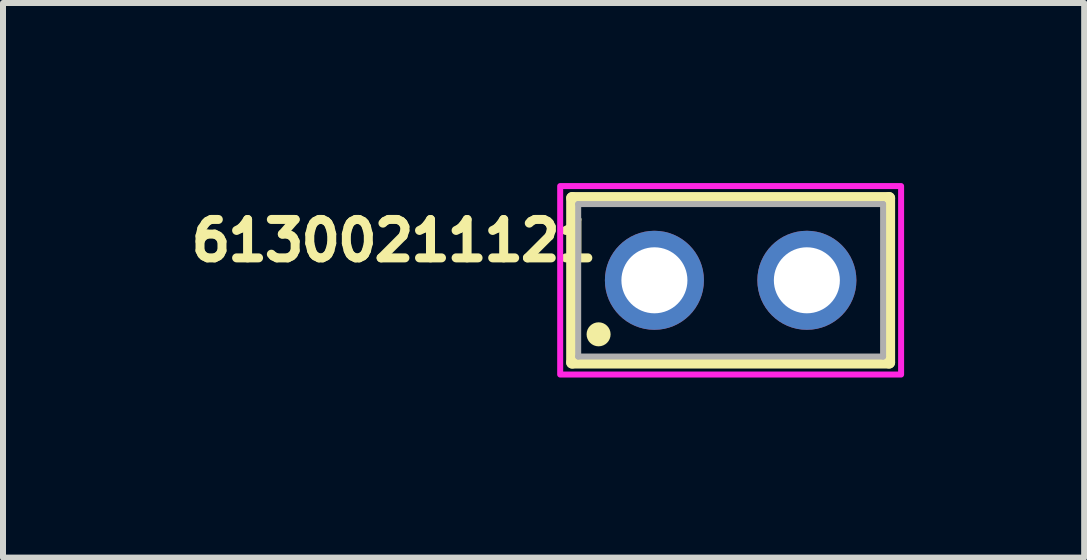
<source format=kicad_pcb>
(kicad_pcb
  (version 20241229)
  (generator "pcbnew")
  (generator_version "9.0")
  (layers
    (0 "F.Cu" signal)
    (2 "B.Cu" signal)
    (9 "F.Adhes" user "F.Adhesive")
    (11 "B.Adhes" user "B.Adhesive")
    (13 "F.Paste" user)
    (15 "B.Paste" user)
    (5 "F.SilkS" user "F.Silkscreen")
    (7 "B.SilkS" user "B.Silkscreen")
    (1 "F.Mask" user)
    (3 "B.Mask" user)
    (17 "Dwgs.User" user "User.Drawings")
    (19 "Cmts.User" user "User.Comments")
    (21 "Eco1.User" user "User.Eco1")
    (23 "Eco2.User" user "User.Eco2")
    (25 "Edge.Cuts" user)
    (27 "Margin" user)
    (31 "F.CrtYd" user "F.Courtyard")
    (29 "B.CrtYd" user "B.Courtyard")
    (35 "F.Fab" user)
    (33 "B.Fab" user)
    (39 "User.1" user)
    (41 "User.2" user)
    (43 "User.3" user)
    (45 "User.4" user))
  (footprint "61300211121"
    (layer "F.Cu")
    (at 9.123 1.62)
    (property "Reference" "61300211121" (at -5.61 -0.662 0) (layer "F.SilkS") (effects (font (size 0.64 0.64) (thickness 0.15))))
    (attr through_hole)
    (fp_line (start -2.64 -1.37) (end 2.64 -1.37) (stroke (width 0.2) (type solid)) (layer "F.SilkS"))
    (fp_line (start -2.64 1.37) (end -2.64 -1.37) (stroke (width 0.2) (type solid)) (layer "F.SilkS"))
    (fp_line (start 2.64 -1.37) (end 2.64 1.37) (stroke (width 0.2) (type solid)) (layer "F.SilkS"))
    (fp_line (start 2.64 1.37) (end -2.64 1.37) (stroke (width 0.2) (type solid)) (layer "F.SilkS"))
    (fp_circle (center -2.2 0.9) (end -2.1 0.9) (stroke (width 0.2) (type solid)) (fill no) (layer "F.SilkS"))
    (fp_poly (pts (xy -2.84 -1.57) (xy 2.84 -1.57) (xy 2.84 1.57) (xy -2.84 1.57)) (stroke (width 0.1) (type solid)) (fill no) (layer "F.CrtYd"))
    (fp_line (start -2.54 -1.27) (end -2.54 1.27) (stroke (width 0.1) (type solid)) (layer "F.Fab"))
    (fp_line (start -2.54 1.27) (end 2.54 1.27) (stroke (width 0.1) (type solid)) (layer "F.Fab"))
    (fp_line (start 2.54 -1.27) (end -2.54 -1.27) (stroke (width 0.1) (type solid)) (layer "F.Fab"))
    (fp_line (start 2.54 1.27) (end 2.54 -1.27) (stroke (width 0.1) (type solid)) (layer "F.Fab"))
    (pad "1" thru_hole circle (at -1.27 0) (size 1.65 1.65) (drill 1.1) (layers "*.Cu" "*.Mask"))
    (pad "2" thru_hole circle (at 1.27 0) (size 1.65 1.65) (drill 1.1) (layers "*.Cu" "*.Mask")))
  (gr_rect
    (start -3 -3)
    (end 15.013 6.24)
    (stroke (width 0.1) (type default))
    (fill no)
    (layer "Edge.Cuts")))
</source>
